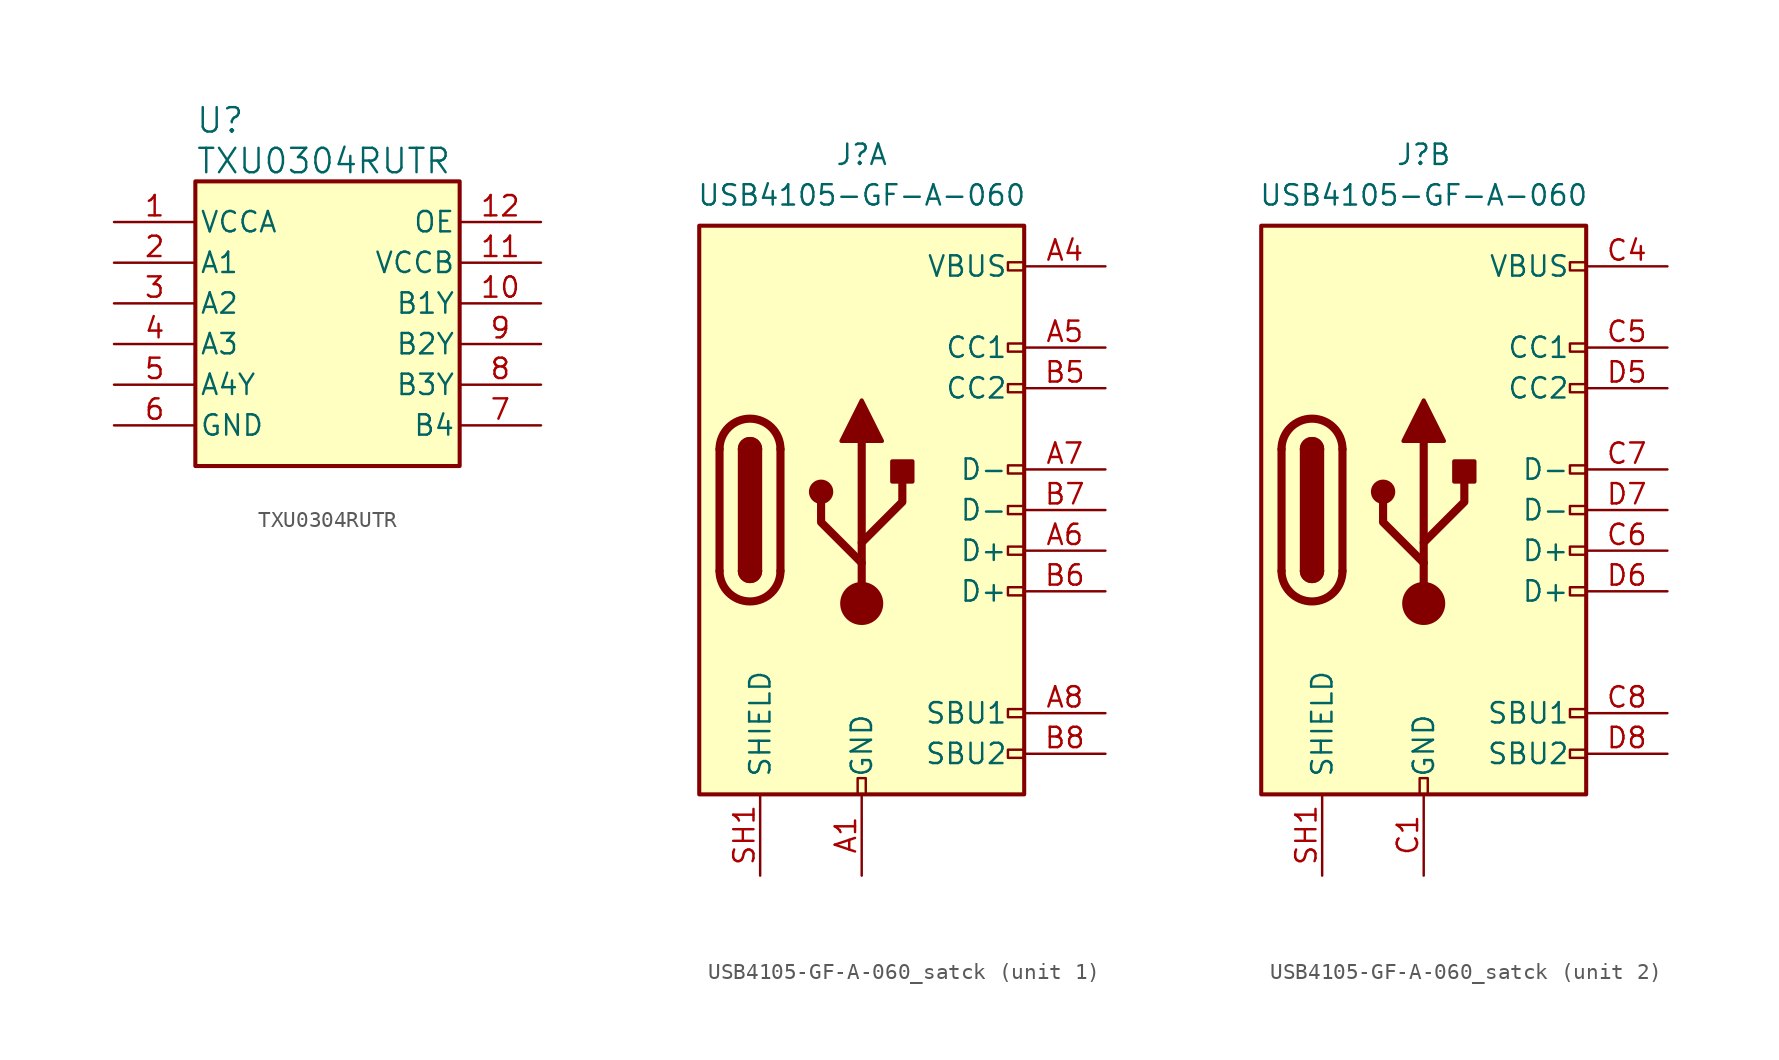
<source format=kicad_sym>
(kicad_symbol_lib
  (version 20231120)
  (generator "kicad_symbol_editor")
  (generator_version "8.0")
  (symbol "TXU0304RUTR"
    (pin_names
      (offset 0.254))
    (property "Reference" "U"
      (at 5.08 6.35 0)
      (effects (font (size 1.524 1.524)) (justify left)))
    (property "Value" "TXU0304RUTR"
      (at 5.08 3.81 0)
      (effects (font (size 1.524 1.524)) (justify left)))
    (symbol "TXU0304RUTR_0_1"
      (pin power_in line (at 0 0 0) (length 5.08) (name "VCCA" (effects (font (size 1.27 1.27)))) (number "1" (effects (font (size 1.27 1.27)))))
      (pin output line (at 26.67 -5.08 180) (length 5.08) (name "B1Y" (effects (font (size 1.27 1.27)))) (number "10" (effects (font (size 1.27 1.27)))))
      (pin power_in line (at 26.67 -2.54 180) (length 5.08) (name "VCCB" (effects (font (size 1.27 1.27)))) (number "11" (effects (font (size 1.27 1.27)))))
      (pin input line (at 0 -2.54 0) (length 5.08) (name "A1" (effects (font (size 1.27 1.27)))) (number "2" (effects (font (size 1.27 1.27)))))
      (pin input line (at 0 -5.08 0) (length 5.08) (name "A2" (effects (font (size 1.27 1.27)))) (number "3" (effects (font (size 1.27 1.27)))))
      (pin input line (at 0 -7.62 0) (length 5.08) (name "A3" (effects (font (size 1.27 1.27)))) (number "4" (effects (font (size 1.27 1.27)))))
      (pin output line (at 0 -10.16 0) (length 5.08) (name "A4Y" (effects (font (size 1.27 1.27)))) (number "5" (effects (font (size 1.27 1.27)))))
      (pin input line (at 26.67 -12.7 180) (length 5.08) (name "B4" (effects (font (size 1.27 1.27)))) (number "7" (effects (font (size 1.27 1.27)))))
      (pin output line (at 26.67 -10.16 180) (length 5.08) (name "B3Y" (effects (font (size 1.27 1.27)))) (number "8" (effects (font (size 1.27 1.27)))))
      (pin output line (at 26.67 -7.62 180) (length 5.08) (name "B2Y" (effects (font (size 1.27 1.27)))) (number "9" (effects (font (size 1.27 1.27))))))
    (symbol "TXU0304RUTR_1_1"
      (rectangle (start 5.08 2.54) (end 21.59 -15.24) (stroke (width 0.254) (type default)) (fill (type background)))
      (pin input line (at 26.67 0 180) (length 5.08) (name "OE" (effects (font (size 1.27 1.27)))) (number "12" (effects (font (size 1.27 1.27)))))
      (pin power_in line (at 0 -12.7 0) (length 5.08) (name "GND" (effects (font (size 1.27 1.27)))) (number "6" (effects (font (size 1.27 1.27)))))))
  (symbol "USB4105-GF-A-060_satck"
    (pin_names
      (offset 1.016))
    (property "Reference" "J"
      (at 0 22.225 0)
      (effects (font (size 1.27 1.27))))
    (property "Value" "USB4105-GF-A-060"
      (at 0 19.685 0)
      (effects (font (size 1.27 1.27))))
    (symbol "USB4105-GF-A-060_satck_0_0"
      (rectangle (start -0.254 -17.78) (end 0.254 -16.764) (stroke (width 0) (type default)) (fill (type none)))
      (rectangle (start 10.16 -14.986) (end 9.144 -15.494) (stroke (width 0) (type default)) (fill (type none)))
      (rectangle (start 10.16 -12.446) (end 9.144 -12.954) (stroke (width 0) (type default)) (fill (type none)))
      (rectangle (start 10.16 -4.826) (end 9.144 -5.334) (stroke (width 0) (type default)) (fill (type none)))
      (rectangle (start 10.16 -2.286) (end 9.144 -2.794) (stroke (width 0) (type default)) (fill (type none)))
      (rectangle (start 10.16 0.254) (end 9.144 -0.254) (stroke (width 0) (type default)) (fill (type none)))
      (rectangle (start 10.16 2.794) (end 9.144 2.286) (stroke (width 0) (type default)) (fill (type none)))
      (rectangle (start 10.16 7.874) (end 9.144 7.366) (stroke (width 0) (type default)) (fill (type none)))
      (rectangle (start 10.16 10.414) (end 9.144 9.906) (stroke (width 0) (type default)) (fill (type none)))
      (rectangle (start 10.16 15.494) (end 9.144 14.986) (stroke (width 0) (type default)) (fill (type none))))
    (symbol "USB4105-GF-A-060_satck_0_1"
      (rectangle (start -10.16 17.78) (end 10.16 -17.78) (stroke (width 0.254) (type default)) (fill (type background)))
      (arc (start -8.89 -3.81) (mid -6.985 -5.7067) (end -5.08 -3.81) (stroke (width 0.508) (type default)) (fill (type none)))
      (arc (start -7.62 -3.81) (mid -6.985 -4.4423) (end -6.35 -3.81) (stroke (width 0.254) (type default)) (fill (type none)))
      (arc (start -7.62 -3.81) (mid -6.985 -4.4423) (end -6.35 -3.81) (stroke (width 0.254) (type default)) (fill (type outline)))
      (rectangle (start -7.62 -3.81) (end -6.35 3.81) (stroke (width 0.254) (type default)) (fill (type outline)))
      (arc (start -6.35 3.81) (mid -6.985 4.4423) (end -7.62 3.81) (stroke (width 0.254) (type default)) (fill (type none)))
      (arc (start -6.35 3.81) (mid -6.985 4.4423) (end -7.62 3.81) (stroke (width 0.254) (type default)) (fill (type outline)))
      (arc (start -5.08 3.81) (mid -6.985 5.7067) (end -8.89 3.81) (stroke (width 0.508) (type default)) (fill (type none)))
      (circle (center -2.54 1.143) (radius 0.635) (stroke (width 0.254) (type default)) (fill (type outline)))
      (circle (center 0 -5.842) (radius 1.27) (stroke (width 0) (type default)) (fill (type outline)))
      (polyline (pts (xy -8.89 -3.81) (xy -8.89 3.81)) (stroke (width 0.508) (type default)) (fill (type none)))
      (polyline (pts (xy -5.08 3.81) (xy -5.08 -3.81)) (stroke (width 0.508) (type default)) (fill (type none)))
      (polyline (pts (xy 0 -5.842) (xy 0 4.318)) (stroke (width 0.508) (type default)) (fill (type none)))
      (polyline (pts (xy 0 -3.302) (xy -2.54 -0.762) (xy -2.54 0.508)) (stroke (width 0.508) (type default)) (fill (type none)))
      (polyline (pts (xy 0 -2.032) (xy 2.54 0.508) (xy 2.54 1.778)) (stroke (width 0.508) (type default)) (fill (type none)))
      (polyline (pts (xy -1.27 4.318) (xy 0 6.858) (xy 1.27 4.318) (xy -1.27 4.318)) (stroke (width 0.254) (type default)) (fill (type outline)))
      (rectangle (start 1.905 1.778) (end 3.175 3.048) (stroke (width 0.254) (type default)) (fill (type outline))))
    (symbol "USB4105-GF-A-060_satck_1_1"
      (pin passive line (at 0 -22.86 90) (length 5.08) (name "GND" (effects (font (size 1.27 1.27)))) (number "A1" (effects (font (size 1.27 1.27)))))
      (pin passive line (at 0 -22.86 90) (length 5.08) hide (name "GND" (effects (font (size 1.27 1.27)))) (number "A12" (effects (font (size 1.27 1.27)))))
      (pin passive line (at 15.24 15.24 180) (length 5.08) (name "VBUS" (effects (font (size 1.27 1.27)))) (number "A4" (effects (font (size 1.27 1.27)))))
      (pin bidirectional line (at 15.24 10.16 180) (length 5.08) (name "CC1" (effects (font (size 1.27 1.27)))) (number "A5" (effects (font (size 1.27 1.27)))))
      (pin bidirectional line (at 15.24 -2.54 180) (length 5.08) (name "D+" (effects (font (size 1.27 1.27)))) (number "A6" (effects (font (size 1.27 1.27)))))
      (pin bidirectional line (at 15.24 2.54 180) (length 5.08) (name "D-" (effects (font (size 1.27 1.27)))) (number "A7" (effects (font (size 1.27 1.27)))))
      (pin bidirectional line (at 15.24 -12.7 180) (length 5.08) (name "SBU1" (effects (font (size 1.27 1.27)))) (number "A8" (effects (font (size 1.27 1.27)))))
      (pin passive line (at 15.24 15.24 180) (length 5.08) hide (name "VBUS" (effects (font (size 1.27 1.27)))) (number "A9" (effects (font (size 1.27 1.27)))))
      (pin passive line (at 0 -22.86 90) (length 5.08) hide (name "GND" (effects (font (size 1.27 1.27)))) (number "B1" (effects (font (size 1.27 1.27)))))
      (pin passive line (at 0 -22.86 90) (length 5.08) hide (name "GND" (effects (font (size 1.27 1.27)))) (number "B12" (effects (font (size 1.27 1.27)))))
      (pin passive line (at 15.24 15.24 180) (length 5.08) hide (name "VBUS" (effects (font (size 1.27 1.27)))) (number "B4" (effects (font (size 1.27 1.27)))))
      (pin bidirectional line (at 15.24 7.62 180) (length 5.08) (name "CC2" (effects (font (size 1.27 1.27)))) (number "B5" (effects (font (size 1.27 1.27)))))
      (pin bidirectional line (at 15.24 -5.08 180) (length 5.08) (name "D+" (effects (font (size 1.27 1.27)))) (number "B6" (effects (font (size 1.27 1.27)))))
      (pin bidirectional line (at 15.24 0 180) (length 5.08) (name "D-" (effects (font (size 1.27 1.27)))) (number "B7" (effects (font (size 1.27 1.27)))))
      (pin bidirectional line (at 15.24 -15.24 180) (length 5.08) (name "SBU2" (effects (font (size 1.27 1.27)))) (number "B8" (effects (font (size 1.27 1.27)))))
      (pin passive line (at 15.24 15.24 180) (length 5.08) hide (name "VBUS" (effects (font (size 1.27 1.27)))) (number "B9" (effects (font (size 1.27 1.27)))))
      (pin passive line (at -6.35 -22.86 90) (length 5.08) (name "SHIELD" (effects (font (size 1.27 1.27)))) (number "SH1" (effects (font (size 1.27 1.27))))))
    (symbol "USB4105-GF-A-060_satck_2_1"
      (pin passive line (at 0 -22.86 90) (length 5.08) (name "GND" (effects (font (size 1.27 1.27)))) (number "C1" (effects (font (size 1.27 1.27)))))
      (pin passive line (at 0 -22.86 90) (length 5.08) hide (name "GND" (effects (font (size 1.27 1.27)))) (number "C12" (effects (font (size 1.27 1.27)))))
      (pin passive line (at 15.24 15.24 180) (length 5.08) (name "VBUS" (effects (font (size 1.27 1.27)))) (number "C4" (effects (font (size 1.27 1.27)))))
      (pin bidirectional line (at 15.24 10.16 180) (length 5.08) (name "CC1" (effects (font (size 1.27 1.27)))) (number "C5" (effects (font (size 1.27 1.27)))))
      (pin bidirectional line (at 15.24 -2.54 180) (length 5.08) (name "D+" (effects (font (size 1.27 1.27)))) (number "C6" (effects (font (size 1.27 1.27)))))
      (pin bidirectional line (at 15.24 2.54 180) (length 5.08) (name "D-" (effects (font (size 1.27 1.27)))) (number "C7" (effects (font (size 1.27 1.27)))))
      (pin bidirectional line (at 15.24 -12.7 180) (length 5.08) (name "SBU1" (effects (font (size 1.27 1.27)))) (number "C8" (effects (font (size 1.27 1.27)))))
      (pin passive line (at 15.24 15.24 180) (length 5.08) hide (name "VBUS" (effects (font (size 1.27 1.27)))) (number "C9" (effects (font (size 1.27 1.27)))))
      (pin passive line (at 0 -22.86 90) (length 5.08) hide (name "GND" (effects (font (size 1.27 1.27)))) (number "D1" (effects (font (size 1.27 1.27)))))
      (pin passive line (at 0 -22.86 90) (length 5.08) hide (name "GND" (effects (font (size 1.27 1.27)))) (number "D12" (effects (font (size 1.27 1.27)))))
      (pin passive line (at 15.24 15.24 180) (length 5.08) hide (name "VBUS" (effects (font (size 1.27 1.27)))) (number "D4" (effects (font (size 1.27 1.27)))))
      (pin bidirectional line (at 15.24 7.62 180) (length 5.08) (name "CC2" (effects (font (size 1.27 1.27)))) (number "D5" (effects (font (size 1.27 1.27)))))
      (pin bidirectional line (at 15.24 -5.08 180) (length 5.08) (name "D+" (effects (font (size 1.27 1.27)))) (number "D6" (effects (font (size 1.27 1.27)))))
      (pin bidirectional line (at 15.24 0 180) (length 5.08) (name "D-" (effects (font (size 1.27 1.27)))) (number "D7" (effects (font (size 1.27 1.27)))))
      (pin bidirectional line (at 15.24 -15.24 180) (length 5.08) (name "SBU2" (effects (font (size 1.27 1.27)))) (number "D8" (effects (font (size 1.27 1.27)))))
      (pin passive line (at 15.24 15.24 180) (length 5.08) hide (name "VBUS" (effects (font (size 1.27 1.27)))) (number "D9" (effects (font (size 1.27 1.27)))))
      (pin passive line (at -6.35 -22.86 90) (length 5.08) (name "SHIELD" (effects (font (size 1.27 1.27)))) (number "SH1" (effects (font (size 1.27 1.27))))))))
</source>
